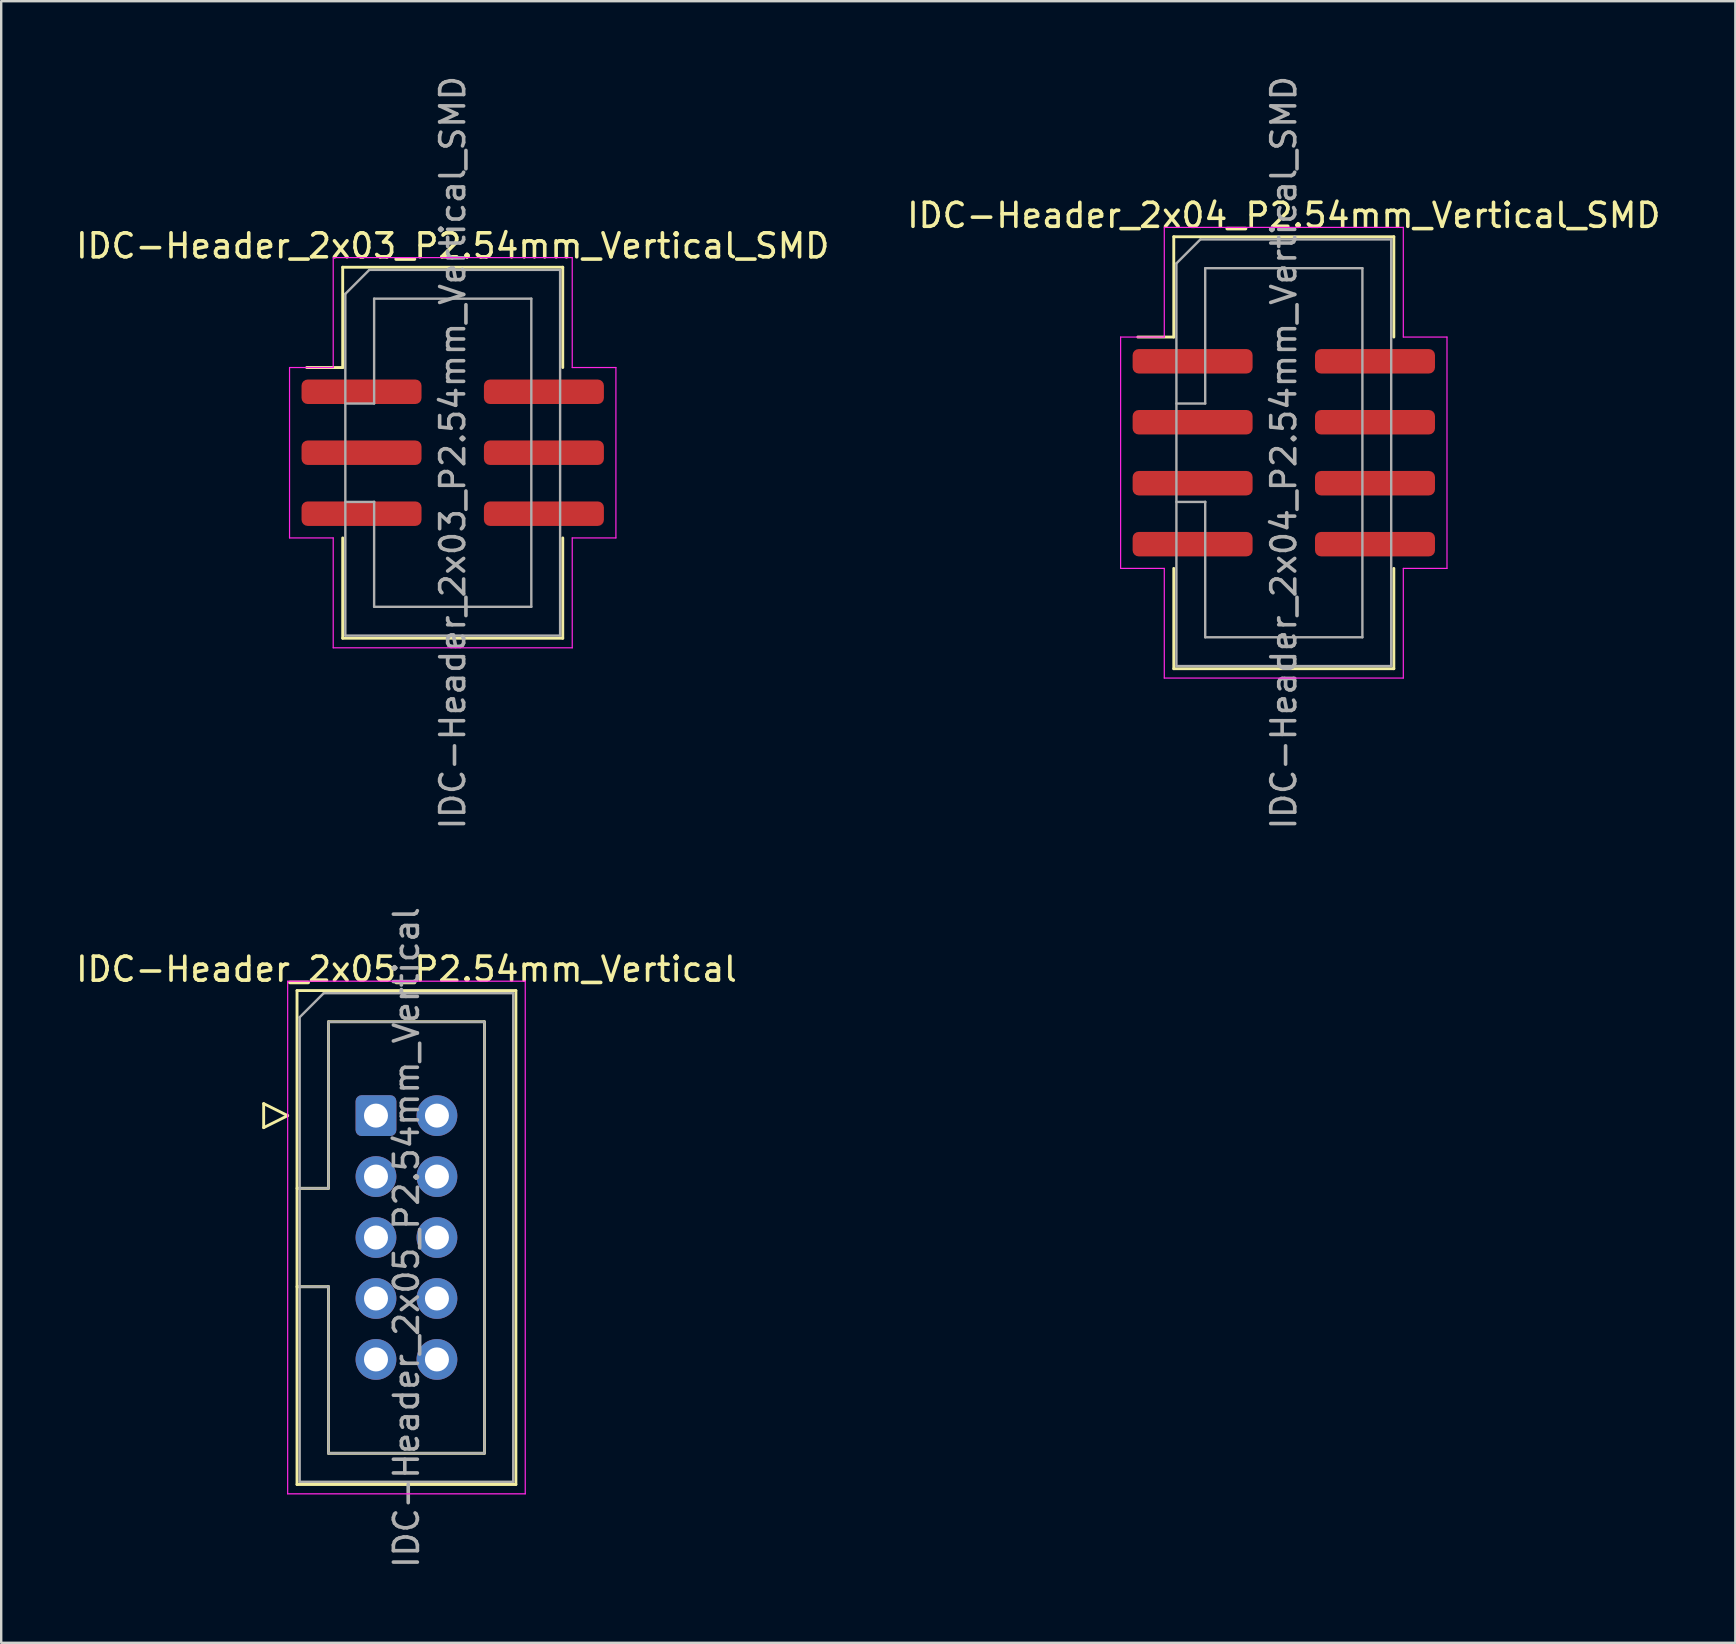
<source format=kicad_pcb>
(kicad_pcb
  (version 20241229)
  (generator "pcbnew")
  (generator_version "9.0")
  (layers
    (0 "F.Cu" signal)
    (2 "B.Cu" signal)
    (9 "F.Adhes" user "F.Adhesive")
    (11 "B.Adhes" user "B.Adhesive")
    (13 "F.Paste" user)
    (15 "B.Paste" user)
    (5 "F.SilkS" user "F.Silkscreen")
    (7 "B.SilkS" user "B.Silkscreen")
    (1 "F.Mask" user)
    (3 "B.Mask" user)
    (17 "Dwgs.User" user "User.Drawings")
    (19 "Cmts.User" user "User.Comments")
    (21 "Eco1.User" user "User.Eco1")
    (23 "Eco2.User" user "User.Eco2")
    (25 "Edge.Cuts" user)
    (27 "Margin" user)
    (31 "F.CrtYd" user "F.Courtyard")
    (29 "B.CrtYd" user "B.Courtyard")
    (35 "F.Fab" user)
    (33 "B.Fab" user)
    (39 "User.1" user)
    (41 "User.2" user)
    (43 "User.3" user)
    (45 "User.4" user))
  (footprint "IDC-Header_2x03_P2.54mm_Vertical_SMD"
    (layer "F.Cu")
    (at 15.815 15.815)
    (property "Reference" "IDC-Header_2x03_P2.54mm_Vertical_SMD" (at 0 -8.62 0) (layer "F.SilkS") (effects (font (size 1 1) (thickness 0.15))))
    (attr smd)
    (fp_line (start -4.585 -7.73) (end 4.585 -7.73) (stroke (width 0.12) (type solid)) (layer "F.SilkS"))
    (fp_line (start -4.585 -3.55) (end -6.085 -3.55) (stroke (width 0.12) (type solid)) (layer "F.SilkS"))
    (fp_line (start -4.585 -3.55) (end -4.585 -7.73) (stroke (width 0.12) (type solid)) (layer "F.SilkS"))
    (fp_line (start -4.585 3.55) (end -4.585 7.73) (stroke (width 0.12) (type solid)) (layer "F.SilkS"))
    (fp_line (start -4.585 7.73) (end 4.585 7.73) (stroke (width 0.12) (type solid)) (layer "F.SilkS"))
    (fp_line (start 4.585 -7.73) (end 4.585 -3.55) (stroke (width 0.12) (type solid)) (layer "F.SilkS"))
    (fp_line (start 4.585 7.73) (end 4.585 3.55) (stroke (width 0.12) (type solid)) (layer "F.SilkS"))
    (fp_line (start -6.8 -3.55) (end -6.8 3.55) (stroke (width 0.05) (type solid)) (layer "F.CrtYd"))
    (fp_line (start -6.8 3.55) (end -4.98 3.55) (stroke (width 0.05) (type solid)) (layer "F.CrtYd"))
    (fp_line (start -4.98 -8.13) (end -4.98 -3.55) (stroke (width 0.05) (type solid)) (layer "F.CrtYd"))
    (fp_line (start -4.98 -3.55) (end -6.8 -3.55) (stroke (width 0.05) (type solid)) (layer "F.CrtYd"))
    (fp_line (start -4.98 3.55) (end -4.98 8.13) (stroke (width 0.05) (type solid)) (layer "F.CrtYd"))
    (fp_line (start -4.98 8.13) (end 4.98 8.13) (stroke (width 0.05) (type solid)) (layer "F.CrtYd"))
    (fp_line (start 4.98 -8.13) (end -4.98 -8.13) (stroke (width 0.05) (type solid)) (layer "F.CrtYd"))
    (fp_line (start 4.98 -3.55) (end 4.98 -8.13) (stroke (width 0.05) (type solid)) (layer "F.CrtYd"))
    (fp_line (start 4.98 3.55) (end 6.8 3.55) (stroke (width 0.05) (type solid)) (layer "F.CrtYd"))
    (fp_line (start 4.98 8.13) (end 4.98 3.55) (stroke (width 0.05) (type solid)) (layer "F.CrtYd"))
    (fp_line (start 6.8 -3.55) (end 4.98 -3.55) (stroke (width 0.05) (type solid)) (layer "F.CrtYd"))
    (fp_line (start 6.8 3.55) (end 6.8 -3.55) (stroke (width 0.05) (type solid)) (layer "F.CrtYd"))
    (fp_line (start -4.475 -6.62) (end -3.475 -7.62) (stroke (width 0.1) (type solid)) (layer "F.Fab"))
    (fp_line (start -4.475 -2.05) (end -3.275 -2.05) (stroke (width 0.1) (type solid)) (layer "F.Fab"))
    (fp_line (start -4.475 7.62) (end -4.475 -6.62) (stroke (width 0.1) (type solid)) (layer "F.Fab"))
    (fp_line (start -3.475 -7.62) (end 4.475 -7.62) (stroke (width 0.1) (type solid)) (layer "F.Fab"))
    (fp_line (start -3.275 -6.42) (end 3.275 -6.42) (stroke (width 0.1) (type solid)) (layer "F.Fab"))
    (fp_line (start -3.275 -2.05) (end -3.275 -6.42) (stroke (width 0.1) (type solid)) (layer "F.Fab"))
    (fp_line (start -3.275 2.05) (end -4.475 2.05) (stroke (width 0.1) (type solid)) (layer "F.Fab"))
    (fp_line (start -3.275 2.05) (end -3.275 2.05) (stroke (width 0.1) (type solid)) (layer "F.Fab"))
    (fp_line (start -3.275 6.42) (end -3.275 2.05) (stroke (width 0.1) (type solid)) (layer "F.Fab"))
    (fp_line (start 3.275 -6.42) (end 3.275 6.42) (stroke (width 0.1) (type solid)) (layer "F.Fab"))
    (fp_line (start 3.275 6.42) (end -3.275 6.42) (stroke (width 0.1) (type solid)) (layer "F.Fab"))
    (fp_line (start 4.475 -7.62) (end 4.475 7.62) (stroke (width 0.1) (type solid)) (layer "F.Fab"))
    (fp_line (start 4.475 7.62) (end -4.475 7.62) (stroke (width 0.1) (type solid)) (layer "F.Fab"))
    (fp_text user "${REFERENCE}" (at 0 0 90) (layer "F.Fab") (effects (font (size 1 1) (thickness 0.15))))
    (pad "1" smd roundrect (at -3.8 -2.54) (size 5 1.02) (layers "F.Cu" "F.Mask" "F.Paste") (roundrect_rratio 0.25))
    (pad "2" smd roundrect (at 3.8 -2.54) (size 5 1.02) (layers "F.Cu" "F.Mask" "F.Paste") (roundrect_rratio 0.25))
    (pad "3" smd roundrect (at -3.8 0) (size 5 1.02) (layers "F.Cu" "F.Mask" "F.Paste") (roundrect_rratio 0.25))
    (pad "4" smd roundrect (at 3.8 0) (size 5 1.02) (layers "F.Cu" "F.Mask" "F.Paste") (roundrect_rratio 0.25))
    (pad "5" smd roundrect (at -3.8 2.54) (size 5 1.02) (layers "F.Cu" "F.Mask" "F.Paste") (roundrect_rratio 0.25))
    (pad "6" smd roundrect (at 3.8 2.54) (size 5 1.02) (layers "F.Cu" "F.Mask" "F.Paste") (roundrect_rratio 0.25)))
  (footprint "IDC-Header_2x04_P2.54mm_Vertical_SMD"
    (layer "F.Cu")
    (at 50.446 15.815)
    (property "Reference" "IDC-Header_2x04_P2.54mm_Vertical_SMD" (at 0 -9.89 0) (layer "F.SilkS") (effects (font (size 1 1) (thickness 0.15))))
    (attr smd)
    (fp_line (start -4.585 -9) (end 4.585 -9) (stroke (width 0.12) (type solid)) (layer "F.SilkS"))
    (fp_line (start -4.585 -4.82) (end -6.085 -4.82) (stroke (width 0.12) (type solid)) (layer "F.SilkS"))
    (fp_line (start -4.585 -4.82) (end -4.585 -9) (stroke (width 0.12) (type solid)) (layer "F.SilkS"))
    (fp_line (start -4.585 4.82) (end -4.585 9) (stroke (width 0.12) (type solid)) (layer "F.SilkS"))
    (fp_line (start -4.585 9) (end 4.585 9) (stroke (width 0.12) (type solid)) (layer "F.SilkS"))
    (fp_line (start 4.585 -9) (end 4.585 -4.82) (stroke (width 0.12) (type solid)) (layer "F.SilkS"))
    (fp_line (start 4.585 9) (end 4.585 4.82) (stroke (width 0.12) (type solid)) (layer "F.SilkS"))
    (fp_line (start -6.8 -4.82) (end -6.8 4.82) (stroke (width 0.05) (type solid)) (layer "F.CrtYd"))
    (fp_line (start -6.8 4.82) (end -4.98 4.82) (stroke (width 0.05) (type solid)) (layer "F.CrtYd"))
    (fp_line (start -4.98 -9.39) (end -4.98 -4.82) (stroke (width 0.05) (type solid)) (layer "F.CrtYd"))
    (fp_line (start -4.98 -4.82) (end -6.8 -4.82) (stroke (width 0.05) (type solid)) (layer "F.CrtYd"))
    (fp_line (start -4.98 4.82) (end -4.98 9.39) (stroke (width 0.05) (type solid)) (layer "F.CrtYd"))
    (fp_line (start -4.98 9.39) (end 4.98 9.39) (stroke (width 0.05) (type solid)) (layer "F.CrtYd"))
    (fp_line (start 4.98 -9.39) (end -4.98 -9.39) (stroke (width 0.05) (type solid)) (layer "F.CrtYd"))
    (fp_line (start 4.98 -4.82) (end 4.98 -9.39) (stroke (width 0.05) (type solid)) (layer "F.CrtYd"))
    (fp_line (start 4.98 4.82) (end 6.8 4.82) (stroke (width 0.05) (type solid)) (layer "F.CrtYd"))
    (fp_line (start 4.98 9.39) (end 4.98 4.82) (stroke (width 0.05) (type solid)) (layer "F.CrtYd"))
    (fp_line (start 6.8 -4.82) (end 4.98 -4.82) (stroke (width 0.05) (type solid)) (layer "F.CrtYd"))
    (fp_line (start 6.8 4.82) (end 6.8 -4.82) (stroke (width 0.05) (type solid)) (layer "F.CrtYd"))
    (fp_line (start -4.475 -7.89) (end -3.475 -8.89) (stroke (width 0.1) (type solid)) (layer "F.Fab"))
    (fp_line (start -4.475 -2.05) (end -3.275 -2.05) (stroke (width 0.1) (type solid)) (layer "F.Fab"))
    (fp_line (start -4.475 8.89) (end -4.475 -7.89) (stroke (width 0.1) (type solid)) (layer "F.Fab"))
    (fp_line (start -3.475 -8.89) (end 4.475 -8.89) (stroke (width 0.1) (type solid)) (layer "F.Fab"))
    (fp_line (start -3.275 -7.69) (end 3.275 -7.69) (stroke (width 0.1) (type solid)) (layer "F.Fab"))
    (fp_line (start -3.275 -2.05) (end -3.275 -7.69) (stroke (width 0.1) (type solid)) (layer "F.Fab"))
    (fp_line (start -3.275 2.05) (end -4.475 2.05) (stroke (width 0.1) (type solid)) (layer "F.Fab"))
    (fp_line (start -3.275 2.05) (end -3.275 2.05) (stroke (width 0.1) (type solid)) (layer "F.Fab"))
    (fp_line (start -3.275 7.69) (end -3.275 2.05) (stroke (width 0.1) (type solid)) (layer "F.Fab"))
    (fp_line (start 3.275 -7.69) (end 3.275 7.69) (stroke (width 0.1) (type solid)) (layer "F.Fab"))
    (fp_line (start 3.275 7.69) (end -3.275 7.69) (stroke (width 0.1) (type solid)) (layer "F.Fab"))
    (fp_line (start 4.475 -8.89) (end 4.475 8.89) (stroke (width 0.1) (type solid)) (layer "F.Fab"))
    (fp_line (start 4.475 8.89) (end -4.475 8.89) (stroke (width 0.1) (type solid)) (layer "F.Fab"))
    (fp_text user "${REFERENCE}" (at 0 0 90) (layer "F.Fab") (effects (font (size 1 1) (thickness 0.15))))
    (pad "1" smd roundrect (at -3.8 -3.81) (size 5 1.02) (layers "F.Cu" "F.Mask" "F.Paste") (roundrect_rratio 0.25))
    (pad "2" smd roundrect (at 3.8 -3.81) (size 5 1.02) (layers "F.Cu" "F.Mask" "F.Paste") (roundrect_rratio 0.25))
    (pad "3" smd roundrect (at -3.8 -1.27) (size 5 1.02) (layers "F.Cu" "F.Mask" "F.Paste") (roundrect_rratio 0.25))
    (pad "4" smd roundrect (at 3.8 -1.27) (size 5 1.02) (layers "F.Cu" "F.Mask" "F.Paste") (roundrect_rratio 0.25))
    (pad "5" smd roundrect (at -3.8 1.27) (size 5 1.02) (layers "F.Cu" "F.Mask" "F.Paste") (roundrect_rratio 0.25))
    (pad "6" smd roundrect (at 3.8 1.27) (size 5 1.02) (layers "F.Cu" "F.Mask" "F.Paste") (roundrect_rratio 0.25))
    (pad "7" smd roundrect (at -3.8 3.81) (size 5 1.02) (layers "F.Cu" "F.Mask" "F.Paste") (roundrect_rratio 0.25))
    (pad "8" smd roundrect (at 3.8 3.81) (size 5 1.02) (layers "F.Cu" "F.Mask" "F.Paste") (roundrect_rratio 0.25)))
  (footprint "IDC-Header_2x05_P2.54mm_Vertical"
    (layer "F.Cu")
    (at 12.617 43.438)
    (property "Reference" "IDC-Header_2x05_P2.54mm_Vertical" (at 1.27 -6.1 0) (layer "F.SilkS") (effects (font (size 1 1) (thickness 0.15))))
    (attr through_hole)
    (fp_line (start -4.68 -0.5) (end -4.68 0.5) (stroke (width 0.12) (type solid)) (layer "F.SilkS"))
    (fp_line (start -4.68 0.5) (end -3.68 0) (stroke (width 0.12) (type solid)) (layer "F.SilkS"))
    (fp_line (start -3.68 0) (end -4.68 -0.5) (stroke (width 0.12) (type solid)) (layer "F.SilkS"))
    (fp_line (start -3.29 -5.21) (end 5.83 -5.21) (stroke (width 0.12) (type solid)) (layer "F.SilkS"))
    (fp_line (start -3.29 3.03) (end -1.98 3.03) (stroke (width 0.12) (type solid)) (layer "F.SilkS"))
    (fp_line (start -3.29 15.37) (end -3.29 -5.21) (stroke (width 0.12) (type solid)) (layer "F.SilkS"))
    (fp_line (start -1.98 -3.91) (end 4.52 -3.91) (stroke (width 0.12) (type solid)) (layer "F.SilkS"))
    (fp_line (start -1.98 3.03) (end -1.98 -3.91) (stroke (width 0.12) (type solid)) (layer "F.SilkS"))
    (fp_line (start -1.98 7.13) (end -3.29 7.13) (stroke (width 0.12) (type solid)) (layer "F.SilkS"))
    (fp_line (start -1.98 7.13) (end -1.98 7.13) (stroke (width 0.12) (type solid)) (layer "F.SilkS"))
    (fp_line (start -1.98 14.07) (end -1.98 7.13) (stroke (width 0.12) (type solid)) (layer "F.SilkS"))
    (fp_line (start 4.52 -3.91) (end 4.52 14.07) (stroke (width 0.12) (type solid)) (layer "F.SilkS"))
    (fp_line (start 4.52 14.07) (end -1.98 14.07) (stroke (width 0.12) (type solid)) (layer "F.SilkS"))
    (fp_line (start 5.83 -5.21) (end 5.83 15.37) (stroke (width 0.12) (type solid)) (layer "F.SilkS"))
    (fp_line (start 5.83 15.37) (end -3.29 15.37) (stroke (width 0.12) (type solid)) (layer "F.SilkS"))
    (fp_line (start -3.68 -5.6) (end -3.68 15.76) (stroke (width 0.05) (type solid)) (layer "F.CrtYd"))
    (fp_line (start -3.68 15.76) (end 6.22 15.76) (stroke (width 0.05) (type solid)) (layer "F.CrtYd"))
    (fp_line (start 6.22 -5.6) (end -3.68 -5.6) (stroke (width 0.05) (type solid)) (layer "F.CrtYd"))
    (fp_line (start 6.22 15.76) (end 6.22 -5.6) (stroke (width 0.05) (type solid)) (layer "F.CrtYd"))
    (fp_line (start -3.18 -4.1) (end -2.18 -5.1) (stroke (width 0.1) (type solid)) (layer "F.Fab"))
    (fp_line (start -3.18 3.03) (end -1.98 3.03) (stroke (width 0.1) (type solid)) (layer "F.Fab"))
    (fp_line (start -3.18 15.26) (end -3.18 -4.1) (stroke (width 0.1) (type solid)) (layer "F.Fab"))
    (fp_line (start -2.18 -5.1) (end 5.72 -5.1) (stroke (width 0.1) (type solid)) (layer "F.Fab"))
    (fp_line (start -1.98 -3.91) (end 4.52 -3.91) (stroke (width 0.1) (type solid)) (layer "F.Fab"))
    (fp_line (start -1.98 3.03) (end -1.98 -3.91) (stroke (width 0.1) (type solid)) (layer "F.Fab"))
    (fp_line (start -1.98 7.13) (end -3.18 7.13) (stroke (width 0.1) (type solid)) (layer "F.Fab"))
    (fp_line (start -1.98 7.13) (end -1.98 7.13) (stroke (width 0.1) (type solid)) (layer "F.Fab"))
    (fp_line (start -1.98 14.07) (end -1.98 7.13) (stroke (width 0.1) (type solid)) (layer "F.Fab"))
    (fp_line (start 4.52 -3.91) (end 4.52 14.07) (stroke (width 0.1) (type solid)) (layer "F.Fab"))
    (fp_line (start 4.52 14.07) (end -1.98 14.07) (stroke (width 0.1) (type solid)) (layer "F.Fab"))
    (fp_line (start 5.72 -5.1) (end 5.72 15.26) (stroke (width 0.1) (type solid)) (layer "F.Fab"))
    (fp_line (start 5.72 15.26) (end -3.18 15.26) (stroke (width 0.1) (type solid)) (layer "F.Fab"))
    (fp_text user "${REFERENCE}" (at 1.27 5.08 90) (layer "F.Fab") (effects (font (size 1 1) (thickness 0.15))))
    (pad "1" thru_hole roundrect (at 0 0) (size 1.7 1.7) (drill 1) (layers "*.Cu" "*.Mask") (roundrect_rratio 0.147))
    (pad "2" thru_hole circle (at 2.54 0) (size 1.7 1.7) (drill 1) (layers "*.Cu" "*.Mask"))
    (pad "3" thru_hole circle (at 0 2.54) (size 1.7 1.7) (drill 1) (layers "*.Cu" "*.Mask"))
    (pad "4" thru_hole circle (at 2.54 2.54) (size 1.7 1.7) (drill 1) (layers "*.Cu" "*.Mask"))
    (pad "5" thru_hole circle (at 0 5.08) (size 1.7 1.7) (drill 1) (layers "*.Cu" "*.Mask"))
    (pad "6" thru_hole circle (at 2.54 5.08) (size 1.7 1.7) (drill 1) (layers "*.Cu" "*.Mask"))
    (pad "7" thru_hole circle (at 0 7.62) (size 1.7 1.7) (drill 1) (layers "*.Cu" "*.Mask"))
    (pad "8" thru_hole circle (at 2.54 7.62) (size 1.7 1.7) (drill 1) (layers "*.Cu" "*.Mask"))
    (pad "9" thru_hole circle (at 0 10.16) (size 1.7 1.7) (drill 1) (layers "*.Cu" "*.Mask"))
    (pad "10" thru_hole circle (at 2.54 10.16) (size 1.7 1.7) (drill 1) (layers "*.Cu" "*.Mask")))
  (gr_rect
    (start -3 -3)
    (end 69.262 65.405)
    (stroke (width 0.1) (type default))
    (fill no)
    (layer "Edge.Cuts")))
</source>
